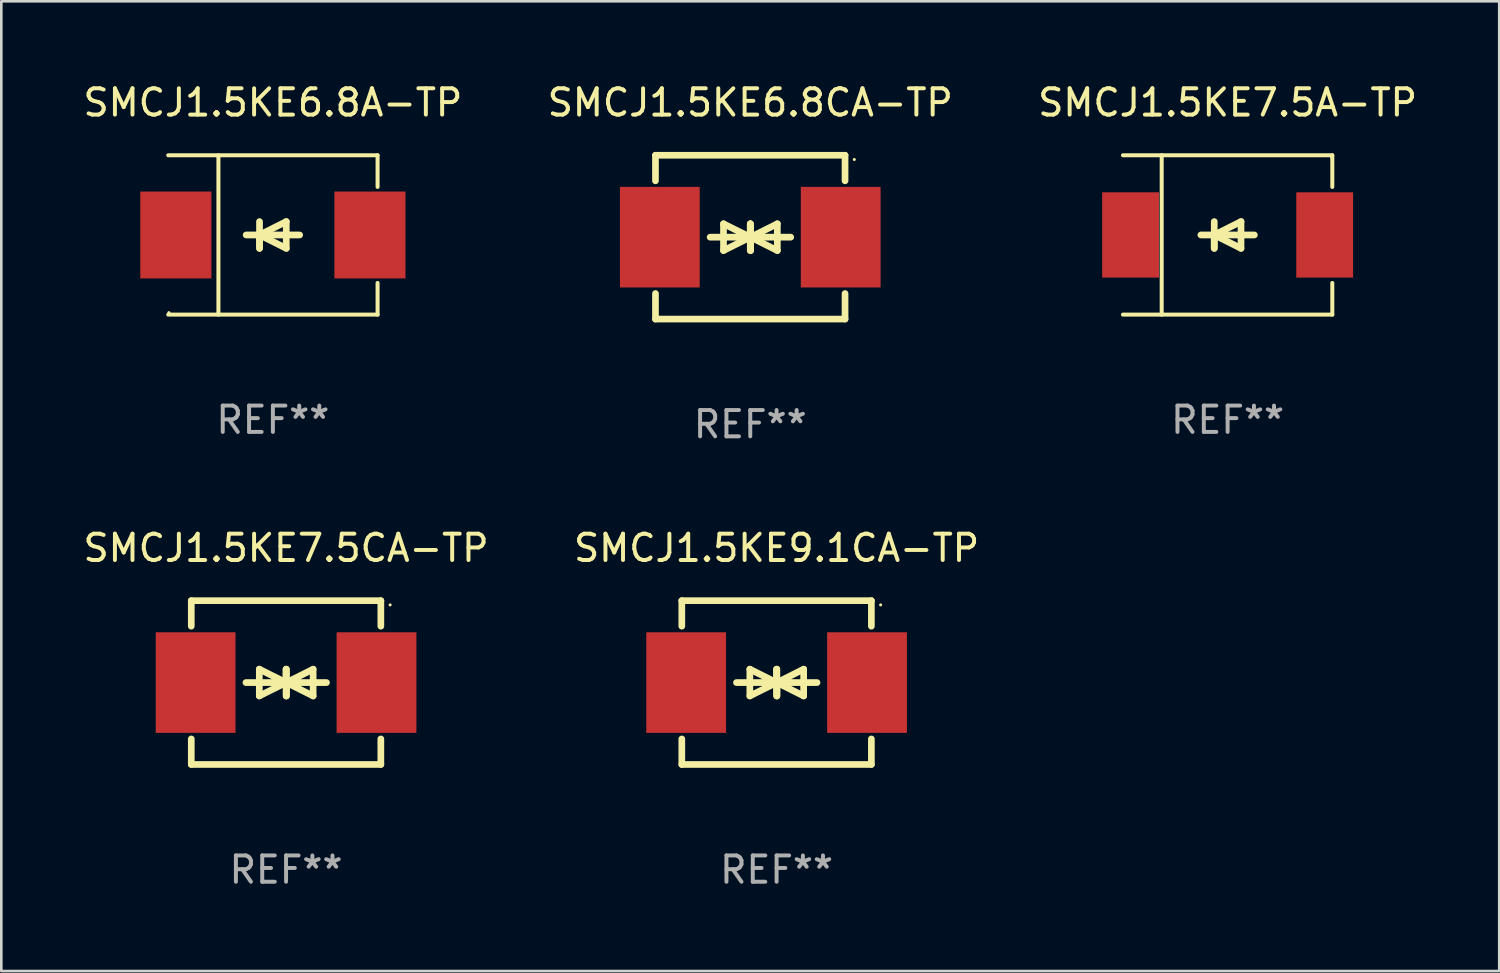
<source format=kicad_pcb>
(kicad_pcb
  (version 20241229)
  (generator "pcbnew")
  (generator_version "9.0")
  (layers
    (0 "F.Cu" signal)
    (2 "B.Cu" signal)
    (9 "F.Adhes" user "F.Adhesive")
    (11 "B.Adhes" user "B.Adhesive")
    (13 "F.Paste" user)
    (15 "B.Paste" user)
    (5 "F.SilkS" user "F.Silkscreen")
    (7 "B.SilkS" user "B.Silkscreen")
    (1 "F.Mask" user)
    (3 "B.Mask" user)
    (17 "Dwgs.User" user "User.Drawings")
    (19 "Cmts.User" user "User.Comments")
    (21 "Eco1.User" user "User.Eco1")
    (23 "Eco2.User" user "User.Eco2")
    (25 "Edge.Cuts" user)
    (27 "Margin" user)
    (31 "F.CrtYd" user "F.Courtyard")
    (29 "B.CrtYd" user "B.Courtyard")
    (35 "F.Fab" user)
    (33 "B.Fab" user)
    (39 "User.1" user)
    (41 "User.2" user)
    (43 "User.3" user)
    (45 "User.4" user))
  (footprint "SMCJ1.5KE7.5CA-TP"
    (layer "F.Cu")
    (at 7.815 22.875)
    (property "Reference" "SMCJ1.5KE7.5CA-TP" (at 0 -5.11 0) (layer "F.SilkS") (effects (font (size 1 1) (thickness 0.15))))
    (attr through_hole)
    (fp_line (start -3.6 -2.141) (end -3.6 -3.11) (stroke (width 0.254) (type solid)) (layer "F.SilkS"))
    (fp_line (start -3.6 3.11) (end -3.6 2.141) (stroke (width 0.254) (type solid)) (layer "F.SilkS"))
    (fp_line (start -1.524 0) (end 0.508 0) (stroke (width 0.254) (type solid)) (layer "F.SilkS"))
    (fp_line (start -1.016 -0.508) (end -1.016 0.508) (stroke (width 0.254) (type solid)) (layer "F.SilkS"))
    (fp_line (start -1.016 0.508) (end 0 0) (stroke (width 0.254) (type solid)) (layer "F.SilkS"))
    (fp_line (start 0 -0.508) (end 0 0.508) (stroke (width 0.254) (type solid)) (layer "F.SilkS"))
    (fp_line (start 0 0) (end -1.016 -0.508) (stroke (width 0.254) (type solid)) (layer "F.SilkS"))
    (fp_line (start 0 0) (end 0 -0.508) (stroke (width 0.254) (type solid)) (layer "F.SilkS"))
    (fp_line (start 0.012 0) (end 0.012 0.508) (stroke (width 0.254) (type solid)) (layer "F.SilkS"))
    (fp_line (start 0.012 0) (end 1.028 0.508) (stroke (width 0.254) (type solid)) (layer "F.SilkS"))
    (fp_line (start 0.012 0.508) (end 0.012 -0.508) (stroke (width 0.254) (type solid)) (layer "F.SilkS"))
    (fp_line (start 1.028 -0.508) (end 0.012 0) (stroke (width 0.254) (type solid)) (layer "F.SilkS"))
    (fp_line (start 1.028 0.508) (end 1.028 -0.508) (stroke (width 0.254) (type solid)) (layer "F.SilkS"))
    (fp_line (start 1.536 0) (end -0.496 0) (stroke (width 0.254) (type solid)) (layer "F.SilkS"))
    (fp_line (start 3.6 -3.11) (end -3.6 -3.11) (stroke (width 0.254) (type solid)) (layer "F.SilkS"))
    (fp_line (start 3.6 -2.141) (end 3.6 -3.11) (stroke (width 0.254) (type solid)) (layer "F.SilkS"))
    (fp_line (start 3.6 3.11) (end -3.6 3.11) (stroke (width 0.254) (type solid)) (layer "F.SilkS"))
    (fp_line (start 3.6 3.11) (end 3.6 2.141) (stroke (width 0.254) (type solid)) (layer "F.SilkS"))
    (fp_circle (center 3.952 -2.95) (end 3.982 -2.95) (stroke (width 0.06) (type solid)) (fill no) (layer "F.SilkS"))
    (fp_text user "REF**" (at 0 7.11 0) (layer "F.Fab") (effects (font (size 1 1) (thickness 0.15))))
    (pad "1" smd rect (at 3.435 0) (size 3.03 3.82) (layers "F.Cu" "F.Mask" "F.Paste"))
    (pad "2" smd rect (at -3.435 0) (size 3.03 3.82) (layers "F.Cu" "F.Mask" "F.Paste")))
  (footprint "SMCJ1.5KE7.5A-TP"
    (layer "F.Cu")
    (at 43.577 5.874)
    (property "Reference" "SMCJ1.5KE7.5A-TP" (at 0 -5.026 0) (layer "F.SilkS") (effects (font (size 1 1) (thickness 0.15))))
    (attr through_hole)
    (fp_line (start -3.976 -3.026) (end 3.976 -3.026) (stroke (width 0.152) (type solid)) (layer "F.SilkS"))
    (fp_line (start -3.976 3.026) (end 3.976 3.026) (stroke (width 0.152) (type solid)) (layer "F.SilkS"))
    (fp_line (start -2.504 -3.026) (end -2.504 3.026) (stroke (width 0.152) (type solid)) (layer "F.SilkS"))
    (fp_line (start -0.508 0) (end -0.508 0.508) (stroke (width 0.254) (type solid)) (layer "F.SilkS"))
    (fp_line (start -0.508 0) (end 0.508 0.508) (stroke (width 0.254) (type solid)) (layer "F.SilkS"))
    (fp_line (start -0.508 0.508) (end -0.508 -0.508) (stroke (width 0.254) (type solid)) (layer "F.SilkS"))
    (fp_line (start 0.508 -0.508) (end -0.508 0) (stroke (width 0.254) (type solid)) (layer "F.SilkS"))
    (fp_line (start 0.508 0.508) (end 0.508 -0.508) (stroke (width 0.254) (type solid)) (layer "F.SilkS"))
    (fp_line (start 1.016 0) (end -1.016 0) (stroke (width 0.254) (type solid)) (layer "F.SilkS"))
    (fp_line (start 3.976 -3.026) (end 3.976 -1.823) (stroke (width 0.152) (type solid)) (layer "F.SilkS"))
    (fp_line (start 3.976 3.026) (end 3.976 1.823) (stroke (width 0.152) (type solid)) (layer "F.SilkS"))
    (fp_circle (center 3.95 -2.95) (end 3.98 -2.95) (stroke (width 0.06) (type solid)) (fill no) (layer "F.SilkS"))
    (fp_text user "REF**" (at 0 7.026 0) (layer "F.Fab") (effects (font (size 1 1) (thickness 0.15))))
    (pad "1" smd rect (at 3.686 0 180) (size 2.158 3.24) (layers "F.Cu" "F.Mask" "F.Paste"))
    (pad "2" smd rect (at -3.686 0 180) (size 2.158 3.24) (layers "F.Cu" "F.Mask" "F.Paste")))
  (footprint "SMCJ1.5KE9.1CA-TP"
    (layer "F.Cu")
    (at 26.446 22.875)
    (property "Reference" "SMCJ1.5KE9.1CA-TP" (at 0 -5.11 0) (layer "F.SilkS") (effects (font (size 1 1) (thickness 0.15))))
    (attr through_hole)
    (fp_line (start -3.6 -2.141) (end -3.6 -3.11) (stroke (width 0.254) (type solid)) (layer "F.SilkS"))
    (fp_line (start -3.6 3.11) (end -3.6 2.141) (stroke (width 0.254) (type solid)) (layer "F.SilkS"))
    (fp_line (start -1.524 0) (end 0.508 0) (stroke (width 0.254) (type solid)) (layer "F.SilkS"))
    (fp_line (start -1.016 -0.508) (end -1.016 0.508) (stroke (width 0.254) (type solid)) (layer "F.SilkS"))
    (fp_line (start -1.016 0.508) (end 0 0) (stroke (width 0.254) (type solid)) (layer "F.SilkS"))
    (fp_line (start 0 -0.508) (end 0 0.508) (stroke (width 0.254) (type solid)) (layer "F.SilkS"))
    (fp_line (start 0 0) (end -1.016 -0.508) (stroke (width 0.254) (type solid)) (layer "F.SilkS"))
    (fp_line (start 0 0) (end 0 -0.508) (stroke (width 0.254) (type solid)) (layer "F.SilkS"))
    (fp_line (start 0.012 0) (end 0.012 0.508) (stroke (width 0.254) (type solid)) (layer "F.SilkS"))
    (fp_line (start 0.012 0) (end 1.028 0.508) (stroke (width 0.254) (type solid)) (layer "F.SilkS"))
    (fp_line (start 0.012 0.508) (end 0.012 -0.508) (stroke (width 0.254) (type solid)) (layer "F.SilkS"))
    (fp_line (start 1.028 -0.508) (end 0.012 0) (stroke (width 0.254) (type solid)) (layer "F.SilkS"))
    (fp_line (start 1.028 0.508) (end 1.028 -0.508) (stroke (width 0.254) (type solid)) (layer "F.SilkS"))
    (fp_line (start 1.536 0) (end -0.496 0) (stroke (width 0.254) (type solid)) (layer "F.SilkS"))
    (fp_line (start 3.6 -3.11) (end -3.6 -3.11) (stroke (width 0.254) (type solid)) (layer "F.SilkS"))
    (fp_line (start 3.6 -2.141) (end 3.6 -3.11) (stroke (width 0.254) (type solid)) (layer "F.SilkS"))
    (fp_line (start 3.6 3.11) (end -3.6 3.11) (stroke (width 0.254) (type solid)) (layer "F.SilkS"))
    (fp_line (start 3.6 3.11) (end 3.6 2.141) (stroke (width 0.254) (type solid)) (layer "F.SilkS"))
    (fp_circle (center 3.952 -2.95) (end 3.982 -2.95) (stroke (width 0.06) (type solid)) (fill no) (layer "F.SilkS"))
    (fp_text user "REF**" (at 0 7.11 0) (layer "F.Fab") (effects (font (size 1 1) (thickness 0.15))))
    (pad "1" smd rect (at 3.435 0) (size 3.03 3.82) (layers "F.Cu" "F.Mask" "F.Paste"))
    (pad "2" smd rect (at -3.435 0) (size 3.03 3.82) (layers "F.Cu" "F.Mask" "F.Paste")))
  (footprint "SMCJ1.5KE6.8A-TP"
    (layer "F.Cu")
    (at 7.315 5.874)
    (property "Reference" "SMCJ1.5KE6.8A-TP" (at 0 -5.026 0) (layer "F.SilkS") (effects (font (size 1 1) (thickness 0.15))))
    (attr through_hole)
    (fp_line (start -3.976 -3.026) (end 3.976 -3.026) (stroke (width 0.152) (type solid)) (layer "F.SilkS"))
    (fp_line (start -3.976 3.026) (end 3.976 3.026) (stroke (width 0.152) (type solid)) (layer "F.SilkS"))
    (fp_line (start -2.069 -3.026) (end -2.069 3.026) (stroke (width 0.152) (type solid)) (layer "F.SilkS"))
    (fp_line (start -0.508 0) (end -0.508 0.508) (stroke (width 0.254) (type solid)) (layer "F.SilkS"))
    (fp_line (start -0.508 0) (end 0.508 0.508) (stroke (width 0.254) (type solid)) (layer "F.SilkS"))
    (fp_line (start -0.508 0.508) (end -0.508 -0.508) (stroke (width 0.254) (type solid)) (layer "F.SilkS"))
    (fp_line (start 0.508 -0.508) (end -0.508 0) (stroke (width 0.254) (type solid)) (layer "F.SilkS"))
    (fp_line (start 0.508 0.508) (end 0.508 -0.508) (stroke (width 0.254) (type solid)) (layer "F.SilkS"))
    (fp_line (start 1.016 0) (end -1.016 0) (stroke (width 0.254) (type solid)) (layer "F.SilkS"))
    (fp_line (start 3.976 -3.026) (end 3.976 -1.823) (stroke (width 0.152) (type solid)) (layer "F.SilkS"))
    (fp_line (start 3.976 3.026) (end 3.976 1.823) (stroke (width 0.152) (type solid)) (layer "F.SilkS"))
    (fp_circle (center -3.95 2.95) (end -3.92 2.95) (stroke (width 0.06) (type solid)) (fill no) (layer "F.SilkS"))
    (fp_text user "REF**" (at 0 7.026 0) (layer "F.Fab") (effects (font (size 1 1) (thickness 0.15))))
    (pad "1" smd rect (at -3.686 0) (size 2.7 3.3) (layers "F.Cu" "F.Mask" "F.Paste"))
    (pad "2" smd rect (at 3.686 0) (size 2.7 3.3) (layers "F.Cu" "F.Mask" "F.Paste")))
  (footprint "SMCJ1.5KE6.8CA-TP"
    (layer "F.Cu")
    (at 25.446 5.958)
    (property "Reference" "SMCJ1.5KE6.8CA-TP" (at 0 -5.11 0) (layer "F.SilkS") (effects (font (size 1 1) (thickness 0.15))))
    (attr through_hole)
    (fp_line (start -3.6 -2.141) (end -3.6 -3.11) (stroke (width 0.254) (type solid)) (layer "F.SilkS"))
    (fp_line (start -3.6 3.11) (end -3.6 2.141) (stroke (width 0.254) (type solid)) (layer "F.SilkS"))
    (fp_line (start -1.524 0) (end 0.508 0) (stroke (width 0.254) (type solid)) (layer "F.SilkS"))
    (fp_line (start -1.016 -0.508) (end -1.016 0.508) (stroke (width 0.254) (type solid)) (layer "F.SilkS"))
    (fp_line (start -1.016 0.508) (end 0 0) (stroke (width 0.254) (type solid)) (layer "F.SilkS"))
    (fp_line (start 0 -0.508) (end 0 0.508) (stroke (width 0.254) (type solid)) (layer "F.SilkS"))
    (fp_line (start 0 0) (end -1.016 -0.508) (stroke (width 0.254) (type solid)) (layer "F.SilkS"))
    (fp_line (start 0 0) (end 0 -0.508) (stroke (width 0.254) (type solid)) (layer "F.SilkS"))
    (fp_line (start 0.012 0) (end 0.012 0.508) (stroke (width 0.254) (type solid)) (layer "F.SilkS"))
    (fp_line (start 0.012 0) (end 1.028 0.508) (stroke (width 0.254) (type solid)) (layer "F.SilkS"))
    (fp_line (start 0.012 0.508) (end 0.012 -0.508) (stroke (width 0.254) (type solid)) (layer "F.SilkS"))
    (fp_line (start 1.028 -0.508) (end 0.012 0) (stroke (width 0.254) (type solid)) (layer "F.SilkS"))
    (fp_line (start 1.028 0.508) (end 1.028 -0.508) (stroke (width 0.254) (type solid)) (layer "F.SilkS"))
    (fp_line (start 1.536 0) (end -0.496 0) (stroke (width 0.254) (type solid)) (layer "F.SilkS"))
    (fp_line (start 3.6 -3.11) (end -3.6 -3.11) (stroke (width 0.254) (type solid)) (layer "F.SilkS"))
    (fp_line (start 3.6 -2.141) (end 3.6 -3.11) (stroke (width 0.254) (type solid)) (layer "F.SilkS"))
    (fp_line (start 3.6 3.11) (end -3.6 3.11) (stroke (width 0.254) (type solid)) (layer "F.SilkS"))
    (fp_line (start 3.6 3.11) (end 3.6 2.141) (stroke (width 0.254) (type solid)) (layer "F.SilkS"))
    (fp_circle (center 3.952 -2.95) (end 3.982 -2.95) (stroke (width 0.06) (type solid)) (fill no) (layer "F.SilkS"))
    (fp_text user "REF**" (at 0 7.11 0) (layer "F.Fab") (effects (font (size 1 1) (thickness 0.15))))
    (pad "1" smd rect (at 3.435 0) (size 3.03 3.82) (layers "F.Cu" "F.Mask" "F.Paste"))
    (pad "2" smd rect (at -3.435 0) (size 3.03 3.82) (layers "F.Cu" "F.Mask" "F.Paste")))
  (gr_rect
    (start -3 -3)
    (end 53.893 33.833)
    (stroke (width 0.1) (type default))
    (fill no)
    (layer "Edge.Cuts")))
</source>
